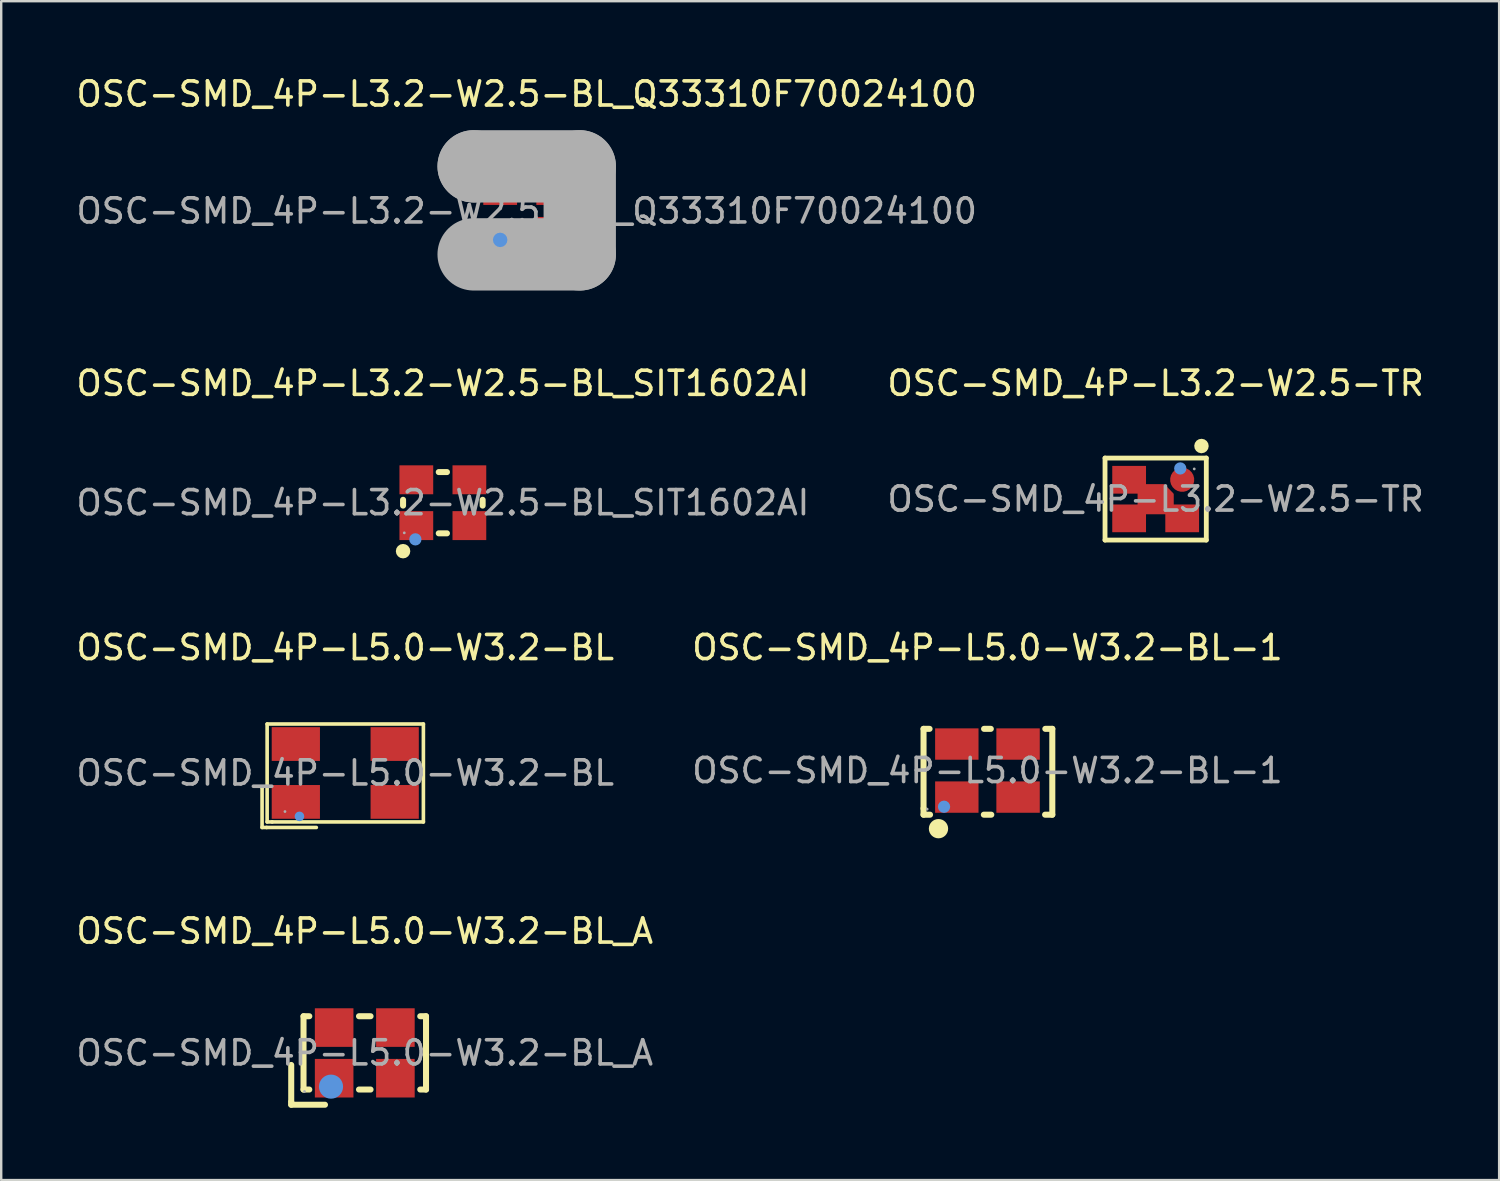
<source format=kicad_pcb>
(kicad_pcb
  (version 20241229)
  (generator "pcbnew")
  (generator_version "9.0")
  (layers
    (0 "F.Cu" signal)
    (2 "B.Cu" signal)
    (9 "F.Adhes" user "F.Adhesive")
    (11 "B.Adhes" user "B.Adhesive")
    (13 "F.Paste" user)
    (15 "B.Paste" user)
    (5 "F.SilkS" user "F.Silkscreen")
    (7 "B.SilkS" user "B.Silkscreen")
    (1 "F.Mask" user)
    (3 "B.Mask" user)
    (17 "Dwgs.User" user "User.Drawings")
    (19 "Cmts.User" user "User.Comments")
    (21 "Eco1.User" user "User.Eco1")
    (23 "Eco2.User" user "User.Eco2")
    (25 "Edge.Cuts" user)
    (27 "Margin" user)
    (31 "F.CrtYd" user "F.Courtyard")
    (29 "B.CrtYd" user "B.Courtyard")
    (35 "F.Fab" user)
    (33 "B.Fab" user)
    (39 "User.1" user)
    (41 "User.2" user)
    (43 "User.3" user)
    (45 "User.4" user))
  (footprint "OSC-SMD_4P-L3.2-W2.5-BL_SIT1602AI"
    (layer "F.Cu")
    (at 15.315 17.797)
    (property "Reference" "OSC-SMD_4P-L3.2-W2.5-BL_SIT1602AI" (at 0 -4.95 0) (layer "F.SilkS") (effects (font (size 1 1) (thickness 0.15))))
    (attr through_hole)
    (fp_line (start -1.65 -0.12) (end -1.65 0.12) (stroke (width 0.25) (type solid)) (layer "F.SilkS"))
    (fp_line (start -0.17 -1.27) (end 0.17 -1.27) (stroke (width 0.25) (type solid)) (layer "F.SilkS"))
    (fp_line (start -0.17 1.27) (end 0.17 1.27) (stroke (width 0.25) (type solid)) (layer "F.SilkS"))
    (fp_line (start 1.65 -0.12) (end 1.65 0.12) (stroke (width 0.25) (type solid)) (layer "F.SilkS"))
    (fp_arc (start -1.65 2.01) (mid -1.65 2.01) (end -1.65 2.01) (stroke (width 0.3) (type solid)) (layer "F.SilkS"))
    (fp_circle (center -1.14 1.52) (end -1.01 1.52) (stroke (width 0.25) (type solid)) (fill no) (layer "Cmts.User"))
    (fp_circle (center -1.6 1.25) (end -1.57 1.25) (stroke (width 0.06) (type solid)) (fill no) (layer "F.Fab"))
    (fp_text user "${REFERENCE}" (at 0 0 0) (layer "F.Fab") (effects (font (size 1 1) (thickness 0.15))))
    (pad "1" smd rect (at -1.1 0.95) (size 1.4 1.2) (layers "F.Cu" "F.Mask" "F.Paste"))
    (pad "2" smd rect (at 1.1 0.95) (size 1.4 1.2) (layers "F.Cu" "F.Mask" "F.Paste"))
    (pad "3" smd rect (at 1.1 -0.95) (size 1.4 1.2) (layers "F.Cu" "F.Mask" "F.Paste"))
    (pad "4" smd rect (at -1.1 -0.95) (size 1.4 1.2) (layers "F.Cu" "F.Mask" "F.Paste")))
  (footprint "OSC-SMD_4P-L3.2-W2.5-BL_Q33310F70024100"
    (layer "F.Cu")
    (at 18.792 5.698)
    (property "Reference" "OSC-SMD_4P-L3.2-W2.5-BL_Q33310F70024100" (at 0 -4.85 0) (layer "F.SilkS") (effects (font (size 1 1) (thickness 0.15))))
    (attr through_hole)
    (fp_circle (center -2.6 2.2) (end -2.35 2.2) (stroke (width 0.25) (type solid)) (fill no) (layer "F.SilkS"))
    (fp_circle (center -1.1 1.2) (end -0.95 1.2) (stroke (width 0.3) (type solid)) (fill no) (layer "Cmts.User"))
    (fp_line (start -2.2 -1.85) (end -2.2 -1.85) (stroke (width 3) (type solid)) (layer "F.Fab"))
    (fp_line (start -2.2 -1.85) (end 2.2 -1.85) (stroke (width 3) (type solid)) (layer "F.Fab"))
    (fp_line (start 2.2 -1.85) (end 2.2 1.8) (stroke (width 3) (type solid)) (layer "F.Fab"))
    (fp_line (start 2.2 1.8) (end -2.2 1.8) (stroke (width 3) (type solid)) (layer "F.Fab"))
    (fp_circle (center -1.6 1.25) (end -1.57 1.25) (stroke (width 0.06) (type solid)) (fill no) (layer "F.Fab"))
    (fp_text user "${REFERENCE}" (at 0 0 0) (layer "F.Fab") (effects (font (size 1 1) (thickness 0.15))))
    (pad "1" smd custom (at -1.1 0.85) (size 1 1) (layers "F.Cu" "F.Mask" "F.Paste") (options (anchor circle)) (primitives (gr_poly (pts (xy -1.8 0.25) (xy -0.7 0.25) (xy -0.4 0.55) (xy -0.4 1.45) (xy -1.8 1.45)) (width 0.1) (fill yes))))
    (pad "2" smd rect (at 1.1 0.85) (size 1.4 1.2) (layers "F.Cu" "F.Mask" "F.Paste"))
    (pad "3" smd rect (at 1.1 -0.85) (size 1.4 1.2) (layers "F.Cu" "F.Mask" "F.Paste"))
    (pad "4" smd rect (at -1.1 -0.85) (size 1.4 1.2) (layers "F.Cu" "F.Mask" "F.Paste")))
  (footprint "OSC-SMD_4P-L5.0-W3.2-BL"
    (layer "F.Cu")
    (at 11.268 29.005)
    (property "Reference" "OSC-SMD_4P-L5.0-W3.2-BL" (at 0 -5.2 0) (layer "F.SilkS") (effects (font (size 1 1) (thickness 0.15))))
    (attr through_hole)
    (fp_line (start -3.46 0.59) (end -3.45 0.6) (stroke (width 0.15) (type solid)) (layer "F.SilkS"))
    (fp_line (start -3.45 0.6) (end -3.45 2.26) (stroke (width 0.15) (type solid)) (layer "F.SilkS"))
    (fp_line (start -3.45 2.26) (end -3.26 2.26) (stroke (width 0.15) (type solid)) (layer "F.SilkS"))
    (fp_line (start -3.26 2.26) (end -1.2 2.26) (stroke (width 0.15) (type solid)) (layer "F.SilkS"))
    (fp_line (start -3.24 -2.03) (end 3.24 -2.03) (stroke (width 0.15) (type solid)) (layer "F.SilkS"))
    (fp_line (start -3.24 2.03) (end -3.24 -2.03) (stroke (width 0.15) (type solid)) (layer "F.SilkS"))
    (fp_line (start -3.03 2.03) (end -3.24 2.03) (stroke (width 0.15) (type solid)) (layer "F.SilkS"))
    (fp_line (start 3.24 -2.03) (end 3.24 2.03) (stroke (width 0.15) (type solid)) (layer "F.SilkS"))
    (fp_line (start 3.24 2.03) (end -3.03 2.03) (stroke (width 0.15) (type solid)) (layer "F.SilkS"))
    (fp_circle (center -1.9 1.8) (end -1.8 1.8) (stroke (width 0.2) (type solid)) (fill no) (layer "Cmts.User"))
    (fp_circle (center -2.5 1.6) (end -2.47 1.6) (stroke (width 0.06) (type solid)) (fill no) (layer "F.Fab"))
    (fp_text user "${REFERENCE}" (at 0 0 0) (layer "F.Fab") (effects (font (size 1 1) (thickness 0.15))))
    (pad "1" smd rect (at -2.05 1.2) (size 2 1.4) (layers "F.Cu" "F.Mask" "F.Paste"))
    (pad "2" smd rect (at 2.05 1.2) (size 2 1.4) (layers "F.Cu" "F.Mask" "F.Paste"))
    (pad "3" smd rect (at 2.05 -1.2) (size 2 1.4) (layers "F.Cu" "F.Mask" "F.Paste"))
    (pad "4" smd rect (at -2.05 -1.2) (size 2 1.4) (layers "F.Cu" "F.Mask" "F.Paste")))
  (footprint "OSC-SMD_4P-L5.0-W3.2-BL_A"
    (layer "F.Cu")
    (at 12.077 40.613)
    (property "Reference" "OSC-SMD_4P-L5.0-W3.2-BL_A" (at 0 -5.05 0) (layer "F.SilkS") (effects (font (size 1 1) (thickness 0.15))))
    (attr through_hole)
    (fp_line (start -3.05 0.5) (end -3.05 2.03) (stroke (width 0.25) (type solid)) (layer "F.SilkS"))
    (fp_line (start -3.05 2.03) (end -3.05 2.15) (stroke (width 0.25) (type solid)) (layer "F.SilkS"))
    (fp_line (start -3.05 2.15) (end -1.65 2.15) (stroke (width 0.25) (type solid)) (layer "F.SilkS"))
    (fp_line (start -2.54 -1.52) (end -2.3 -1.52) (stroke (width 0.25) (type solid)) (layer "F.SilkS"))
    (fp_line (start -2.54 1.52) (end -2.54 -1.52) (stroke (width 0.25) (type solid)) (layer "F.SilkS"))
    (fp_line (start -2.3 1.52) (end -2.54 1.52) (stroke (width 0.25) (type solid)) (layer "F.SilkS"))
    (fp_line (start -0.24 -1.52) (end 0.24 -1.52) (stroke (width 0.25) (type solid)) (layer "F.SilkS"))
    (fp_line (start 0.24 1.52) (end -0.24 1.52) (stroke (width 0.25) (type solid)) (layer "F.SilkS"))
    (fp_line (start 2.3 -1.52) (end 2.54 -1.52) (stroke (width 0.25) (type solid)) (layer "F.SilkS"))
    (fp_line (start 2.54 -1.52) (end 2.54 1.52) (stroke (width 0.25) (type solid)) (layer "F.SilkS"))
    (fp_line (start 2.54 1.52) (end 2.3 1.52) (stroke (width 0.25) (type solid)) (layer "F.SilkS"))
    (fp_circle (center -1.4 1.4) (end -1.15 1.4) (stroke (width 0.5) (type solid)) (fill no) (layer "Cmts.User"))
    (fp_circle (center -2.5 1.6) (end -2.47 1.6) (stroke (width 0.06) (type solid)) (fill no) (layer "F.Fab"))
    (fp_text user "${REFERENCE}" (at 0 0 0) (layer "F.Fab") (effects (font (size 1 1) (thickness 0.15))))
    (pad "1" smd rect (at -1.27 1.05) (size 1.6 1.6) (layers "F.Cu" "F.Mask" "F.Paste"))
    (pad "2" smd rect (at 1.27 1.05) (size 1.6 1.6) (layers "F.Cu" "F.Mask" "F.Paste"))
    (pad "3" smd rect (at 1.27 -1.05) (size 1.6 1.6) (layers "F.Cu" "F.Mask" "F.Paste"))
    (pad "4" smd rect (at -1.27 -1.05) (size 1.6 1.6) (layers "F.Cu" "F.Mask" "F.Paste")))
  (footprint "OSC-SMD_4P-L3.2-W2.5-TR"
    (layer "F.Cu")
    (at 44.875 17.646)
    (property "Reference" "OSC-SMD_4P-L3.2-W2.5-TR" (at 0 -4.8 0) (layer "F.SilkS") (effects (font (size 1 1) (thickness 0.15))))
    (attr through_hole)
    (fp_line (start -2.1 -1.7) (end -2.1 1.7) (stroke (width 0.2) (type solid)) (layer "F.SilkS"))
    (fp_line (start -2.1 1.7) (end 2.1 1.7) (stroke (width 0.2) (type solid)) (layer "F.SilkS"))
    (fp_line (start 2.1 -1.7) (end -2.1 -1.7) (stroke (width 0.2) (type solid)) (layer "F.SilkS"))
    (fp_line (start 2.1 1.7) (end 2.1 -1.7) (stroke (width 0.2) (type solid)) (layer "F.SilkS"))
    (fp_arc (start 1.89 -2.05) (mid 1.904995 -2.35025) (end 1.900016 -2.049667) (stroke (width 0.3) (type solid)) (layer "F.SilkS"))
    (fp_circle (center 1.02 -1.27) (end 1.15 -1.27) (stroke (width 0.25) (type solid)) (fill no) (layer "Cmts.User"))
    (fp_circle (center 1.6 -1.25) (end 1.63 -1.25) (stroke (width 0.06) (type solid)) (fill no) (layer "F.Fab"))
    (fp_text user "${REFERENCE}" (at 0 0 0) (layer "F.Fab") (effects (font (size 1 1) (thickness 0.15))))
    (pad "1" smd custom (at 1.1 -0.8 180) (size 1 1) (layers "F.Cu" "F.Mask" "F.Paste") (options (anchor circle)) (primitives (gr_poly (pts (xy 1.8 -0.23) (xy 0.76 -0.23) (xy 0.4 -0.6) (xy 0.4 -1.38) (xy 1.8 -1.38)) (width 0.1) (fill yes))))
    (pad "2" smd rect (at -1.1 -0.8 180) (size 1.4 1.15) (layers "F.Cu" "F.Mask" "F.Paste"))
    (pad "3" smd rect (at -1.1 0.8 180) (size 1.4 1.15) (layers "F.Cu" "F.Mask" "F.Paste"))
    (pad "4" smd rect (at 1.1 0.8 180) (size 1.4 1.15) (layers "F.Cu" "F.Mask" "F.Paste")))
  (footprint "OSC-SMD_4P-L5.0-W3.2-BL-1"
    (layer "F.Cu")
    (at 37.899 28.905)
    (property "Reference" "OSC-SMD_4P-L5.0-W3.2-BL-1" (at 0 -5.1 0) (layer "F.SilkS") (effects (font (size 1 1) (thickness 0.15))))
    (attr through_hole)
    (fp_line (start -2.65 -1.73) (end -2.4 -1.73) (stroke (width 0.25) (type solid)) (layer "F.SilkS"))
    (fp_line (start -2.65 1.57) (end -2.65 -1.73) (stroke (width 0.25) (type solid)) (layer "F.SilkS"))
    (fp_line (start -2.65 1.83) (end -2.65 1.57) (stroke (width 0.25) (type solid)) (layer "F.SilkS"))
    (fp_line (start -2.38 1.83) (end -2.65 1.83) (stroke (width 0.25) (type solid)) (layer "F.SilkS"))
    (fp_line (start -0.14 -1.73) (end 0.14 -1.73) (stroke (width 0.25) (type solid)) (layer "F.SilkS"))
    (fp_line (start 0.16 1.83) (end -0.15 1.83) (stroke (width 0.25) (type solid)) (layer "F.SilkS"))
    (fp_line (start 2.4 -1.73) (end 2.69 -1.73) (stroke (width 0.25) (type solid)) (layer "F.SilkS"))
    (fp_line (start 2.69 -1.73) (end 2.69 1.83) (stroke (width 0.25) (type solid)) (layer "F.SilkS"))
    (fp_line (start 2.69 1.83) (end 2.39 1.83) (stroke (width 0.25) (type solid)) (layer "F.SilkS"))
    (fp_circle (center -2.03 2.41) (end -1.83 2.41) (stroke (width 0.4) (type solid)) (fill no) (layer "F.SilkS"))
    (fp_circle (center -1.8 1.5) (end -1.67 1.5) (stroke (width 0.25) (type solid)) (fill no) (layer "Cmts.User"))
    (fp_circle (center -2.5 1.6) (end -2.47 1.6) (stroke (width 0.06) (type solid)) (fill no) (layer "F.Fab"))
    (fp_text user "${REFERENCE}" (at 0 0 0) (layer "F.Fab") (effects (font (size 1 1) (thickness 0.15))))
    (pad "1" smd rect (at -1.27 1.1) (size 1.8 1.3) (layers "F.Cu" "F.Mask" "F.Paste"))
    (pad "2" smd rect (at 1.27 1.1) (size 1.8 1.3) (layers "F.Cu" "F.Mask" "F.Paste"))
    (pad "3" smd rect (at 1.27 -1.1 180) (size 1.8 1.3) (layers "F.Cu" "F.Mask" "F.Paste"))
    (pad "4" smd rect (at -1.27 -1.1) (size 1.8 1.3) (layers "F.Cu" "F.Mask" "F.Paste")))
  (gr_rect
    (start -3 -3)
    (end 59.119 45.888)
    (stroke (width 0.1) (type default))
    (fill no)
    (layer "Edge.Cuts")))
</source>
